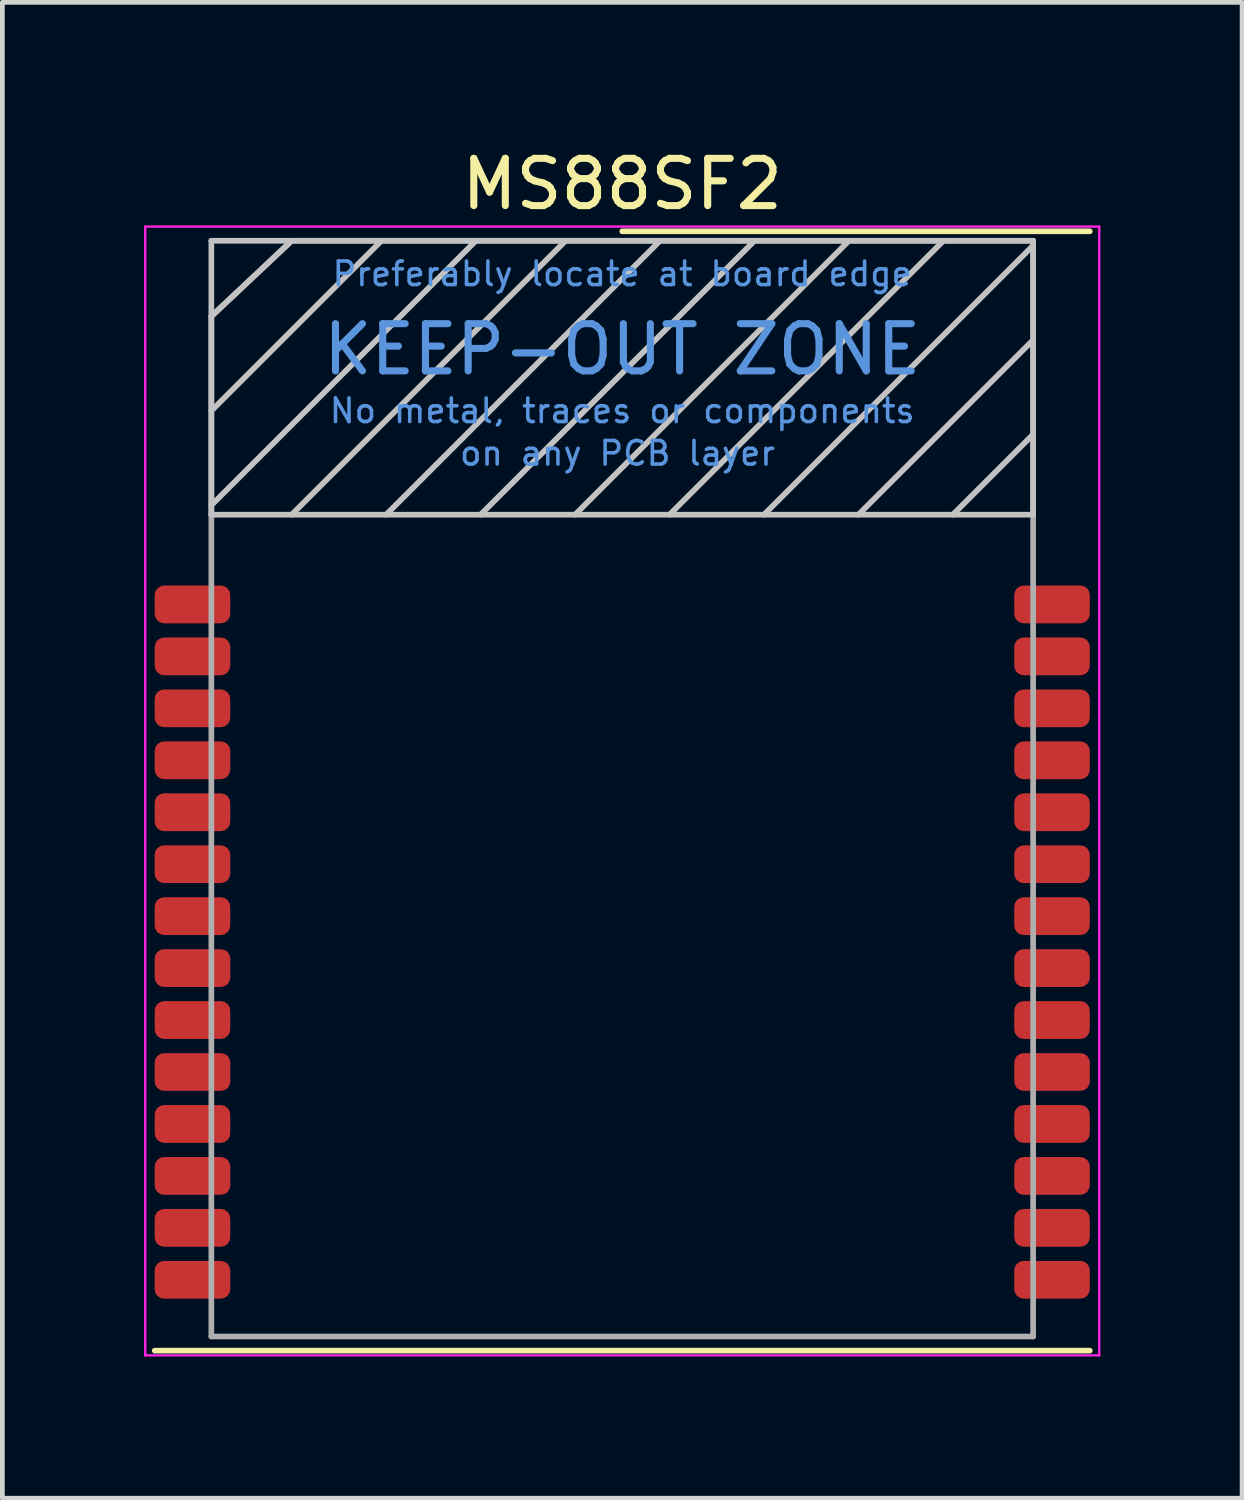
<source format=kicad_pcb>
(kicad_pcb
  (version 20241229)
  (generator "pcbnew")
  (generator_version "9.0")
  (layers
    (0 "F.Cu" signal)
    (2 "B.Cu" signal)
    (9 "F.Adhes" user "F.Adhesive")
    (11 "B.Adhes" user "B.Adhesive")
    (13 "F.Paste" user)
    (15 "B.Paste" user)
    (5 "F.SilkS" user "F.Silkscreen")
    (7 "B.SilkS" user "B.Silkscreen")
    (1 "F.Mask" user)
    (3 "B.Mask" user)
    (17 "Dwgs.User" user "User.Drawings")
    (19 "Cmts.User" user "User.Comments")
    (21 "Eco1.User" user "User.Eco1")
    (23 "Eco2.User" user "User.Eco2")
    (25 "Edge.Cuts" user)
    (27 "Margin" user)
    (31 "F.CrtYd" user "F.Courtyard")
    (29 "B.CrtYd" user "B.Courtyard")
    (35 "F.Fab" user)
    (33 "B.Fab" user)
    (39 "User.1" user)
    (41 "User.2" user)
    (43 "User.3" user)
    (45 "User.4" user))
  (footprint "MS88SF2"
    (layer "F.Cu")
    (at 10.125 13.648)
    (property "Reference" "MS88SF2" (at 0 -12.8 0) (layer "F.SilkS") (effects (font (size 1 1) (thickness 0.15))))
    (attr smd)
    (fp_line (start -9.9 11.9) (end 9.9 11.9) (stroke (width 0.12) (type solid)) (layer "F.SilkS"))
    (fp_line (start 0 -11.8) (end 9.9 -11.8) (stroke (width 0.12) (type solid)) (layer "F.SilkS"))
    (fp_line (start -8.7 -11.6) (end -8.7 -5.8) (stroke (width 0.12) (type solid)) (layer "Dwgs.User"))
    (fp_line (start -8.7 -10) (end -7 -11.6) (stroke (width 0.12) (type solid)) (layer "Dwgs.User"))
    (fp_line (start -8.7 -8) (end -5.1 -11.6) (stroke (width 0.12) (type solid)) (layer "Dwgs.User"))
    (fp_line (start -8.7 -6) (end -3.1 -11.6) (stroke (width 0.12) (type solid)) (layer "Dwgs.User"))
    (fp_line (start -8.7 -5.8) (end 8.7 -5.8) (stroke (width 0.12) (type solid)) (layer "Dwgs.User"))
    (fp_line (start -7 -5.8) (end -1.2 -11.6) (stroke (width 0.12) (type solid)) (layer "Dwgs.User"))
    (fp_line (start -5 -5.8) (end 0.8 -11.6) (stroke (width 0.12) (type solid)) (layer "Dwgs.User"))
    (fp_line (start -3 -5.8) (end 2.8 -11.6) (stroke (width 0.12) (type solid)) (layer "Dwgs.User"))
    (fp_line (start -1 -5.8) (end 4.8 -11.6) (stroke (width 0.12) (type solid)) (layer "Dwgs.User"))
    (fp_line (start 1 -5.8) (end 6.8 -11.6) (stroke (width 0.12) (type solid)) (layer "Dwgs.User"))
    (fp_line (start 3 -5.8) (end 8.7 -11.5) (stroke (width 0.12) (type solid)) (layer "Dwgs.User"))
    (fp_line (start 5 -5.8) (end 8.7 -9.5) (stroke (width 0.12) (type solid)) (layer "Dwgs.User"))
    (fp_line (start 7 -5.8) (end 8.7 -7.5) (stroke (width 0.12) (type solid)) (layer "Dwgs.User"))
    (fp_line (start 8.7 -11.6) (end -8.7 -11.6) (stroke (width 0.12) (type solid)) (layer "Dwgs.User"))
    (fp_line (start 8.7 -5.8) (end 8.7 -11.6) (stroke (width 0.12) (type solid)) (layer "Dwgs.User"))
    (fp_line (start -10.1 -11.9) (end -10.1 12) (stroke (width 0.05) (type solid)) (layer "F.CrtYd"))
    (fp_line (start -10.1 12) (end 10.1 12) (stroke (width 0.05) (type solid)) (layer "F.CrtYd"))
    (fp_line (start 10.1 -11.9) (end -10.1 -11.9) (stroke (width 0.05) (type solid)) (layer "F.CrtYd"))
    (fp_line (start 10.1 12) (end 10.1 -11.9) (stroke (width 0.05) (type solid)) (layer "F.CrtYd"))
    (fp_line (start -8.7 -10) (end -8.7 11.6) (stroke (width 0.12) (type solid)) (layer "F.Fab"))
    (fp_line (start -8.7 -10) (end -7 -11.6) (stroke (width 0.12) (type solid)) (layer "F.Fab"))
    (fp_line (start -8.7 11.6) (end 8.7 11.6) (stroke (width 0.12) (type solid)) (layer "F.Fab"))
    (fp_line (start 8.7 -11.6) (end -7 -11.6) (stroke (width 0.12) (type solid)) (layer "F.Fab"))
    (fp_line (start 8.7 11.6) (end 8.7 -11.6) (stroke (width 0.12) (type solid)) (layer "F.Fab"))
    (fp_text user "Preferably locate at board edge" (at 0 -10.9 0) (layer "Cmts.User") (effects (font (size 0.5 0.5) (thickness 0.075))))
    (fp_text user "No metal, traces or components" (at 0 -8 0) (layer "Cmts.User") (effects (font (size 0.5 0.5) (thickness 0.075))))
    (fp_text user "on any PCB layer" (at -0.1 -7.1 0) (layer "Cmts.User") (effects (font (size 0.5 0.5) (thickness 0.075))))
    (fp_text user "KEEP-OUT ZONE" (at 0 -9.3 0) (layer "Cmts.User") (effects (font (size 1 1) (thickness 0.15))))
    (pad "1" smd roundrect (at -9.1 -3.9 180) (size 1.6 0.8) (layers "F.Cu" "F.Mask" "F.Paste") (roundrect_rratio 0.25))
    (pad "2" smd roundrect (at -9.1 -2.8 180) (size 1.6 0.8) (layers "F.Cu" "F.Mask" "F.Paste") (roundrect_rratio 0.25))
    (pad "3" smd roundrect (at -9.1 -1.7 180) (size 1.6 0.8) (layers "F.Cu" "F.Mask" "F.Paste") (roundrect_rratio 0.25))
    (pad "4" smd roundrect (at -9.1 -0.6 180) (size 1.6 0.8) (layers "F.Cu" "F.Mask" "F.Paste") (roundrect_rratio 0.25))
    (pad "5" smd roundrect (at -9.1 0.5 180) (size 1.6 0.8) (layers "F.Cu" "F.Mask" "F.Paste") (roundrect_rratio 0.25))
    (pad "6" smd roundrect (at -9.1 1.6 180) (size 1.6 0.8) (layers "F.Cu" "F.Mask" "F.Paste") (roundrect_rratio 0.25))
    (pad "7" smd roundrect (at -9.1 2.7 180) (size 1.6 0.8) (layers "F.Cu" "F.Mask" "F.Paste") (roundrect_rratio 0.25))
    (pad "8" smd roundrect (at -9.1 3.8 180) (size 1.6 0.8) (layers "F.Cu" "F.Mask" "F.Paste") (roundrect_rratio 0.25))
    (pad "9" smd roundrect (at -9.1 4.9 180) (size 1.6 0.8) (layers "F.Cu" "F.Mask" "F.Paste") (roundrect_rratio 0.25))
    (pad "10" smd roundrect (at -9.1 6 180) (size 1.6 0.8) (layers "F.Cu" "F.Mask" "F.Paste") (roundrect_rratio 0.25))
    (pad "11" smd roundrect (at -9.1 7.1 180) (size 1.6 0.8) (layers "F.Cu" "F.Mask" "F.Paste") (roundrect_rratio 0.25))
    (pad "12" smd roundrect (at -9.1 8.2 180) (size 1.6 0.8) (layers "F.Cu" "F.Mask" "F.Paste") (roundrect_rratio 0.25))
    (pad "13" smd roundrect (at -9.1 9.3 180) (size 1.6 0.8) (layers "F.Cu" "F.Mask" "F.Paste") (roundrect_rratio 0.25))
    (pad "14" smd roundrect (at -9.1 10.4 180) (size 1.6 0.8) (layers "F.Cu" "F.Mask" "F.Paste") (roundrect_rratio 0.25))
    (pad "15" smd roundrect (at 9.1 10.4) (size 1.6 0.8) (layers "F.Cu" "F.Mask" "F.Paste") (roundrect_rratio 0.25))
    (pad "16" smd roundrect (at 9.1 9.3) (size 1.6 0.8) (layers "F.Cu" "F.Mask" "F.Paste") (roundrect_rratio 0.25))
    (pad "17" smd roundrect (at 9.1 8.2) (size 1.6 0.8) (layers "F.Cu" "F.Mask" "F.Paste") (roundrect_rratio 0.25))
    (pad "18" smd roundrect (at 9.1 7.1) (size 1.6 0.8) (layers "F.Cu" "F.Mask" "F.Paste") (roundrect_rratio 0.25))
    (pad "19" smd roundrect (at 9.1 6) (size 1.6 0.8) (layers "F.Cu" "F.Mask" "F.Paste") (roundrect_rratio 0.25))
    (pad "20" smd roundrect (at 9.1 4.9) (size 1.6 0.8) (layers "F.Cu" "F.Mask" "F.Paste") (roundrect_rratio 0.25))
    (pad "21" smd roundrect (at 9.1 3.8) (size 1.6 0.8) (layers "F.Cu" "F.Mask" "F.Paste") (roundrect_rratio 0.25))
    (pad "22" smd roundrect (at 9.1 2.7) (size 1.6 0.8) (layers "F.Cu" "F.Mask" "F.Paste") (roundrect_rratio 0.25))
    (pad "23" smd roundrect (at 9.1 1.6) (size 1.6 0.8) (layers "F.Cu" "F.Mask" "F.Paste") (roundrect_rratio 0.25))
    (pad "24" smd roundrect (at 9.1 0.5) (size 1.6 0.8) (layers "F.Cu" "F.Mask" "F.Paste") (roundrect_rratio 0.25))
    (pad "25" smd roundrect (at 9.1 -0.6) (size 1.6 0.8) (layers "F.Cu" "F.Mask" "F.Paste") (roundrect_rratio 0.25))
    (pad "26" smd roundrect (at 9.1 -1.7) (size 1.6 0.8) (layers "F.Cu" "F.Mask" "F.Paste") (roundrect_rratio 0.25))
    (pad "27" smd roundrect (at 9.1 -2.8) (size 1.6 0.8) (layers "F.Cu" "F.Mask" "F.Paste") (roundrect_rratio 0.25))
    (pad "28" smd roundrect (at 9.1 -3.9) (size 1.6 0.8) (layers "F.Cu" "F.Mask" "F.Paste") (roundrect_rratio 0.25)))
  (gr_rect
    (start -3 -3)
    (end 23.25 28.673)
    (stroke (width 0.1) (type default))
    (fill no)
    (layer "Edge.Cuts")))
</source>
